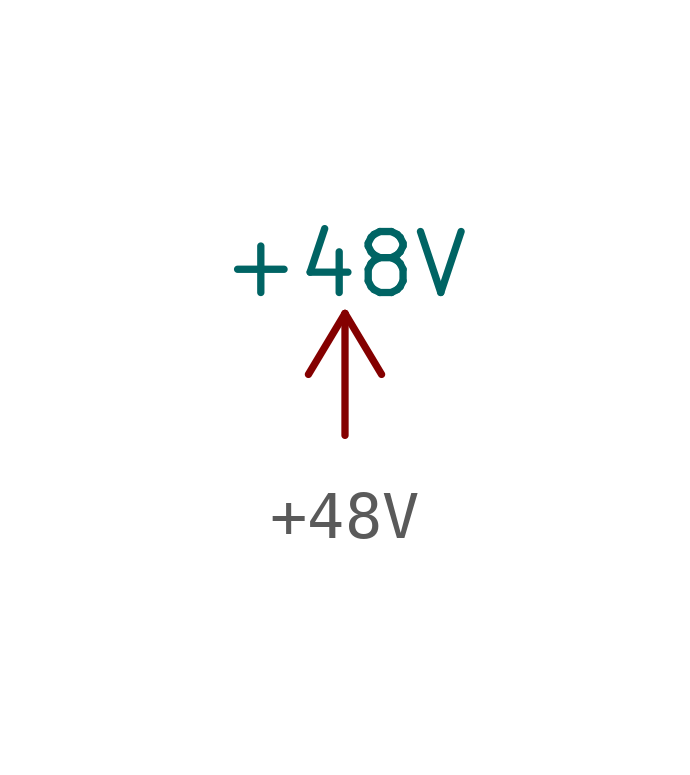
<source format=kicad_sym>
(kicad_symbol_lib
  (version 20220914)
  (generator kicad_symbol_editor)
  (symbol "+48V"
    (power)
    (pin_names
      (offset 0))
    (property "Reference" "#PWR"
      (at 0 -3.81 0)
      (effects (font (size 1.27 1.27)) hide))
    (property "Value" "+48V"
      (at 0 3.556 0)
      (effects (font (size 1.27 1.27))))
    (symbol "+48V_0_1"
      (polyline (pts (xy -0.762 1.27) (xy 0 2.54)) (stroke (width 0) (type solid)) (fill (type none)))
      (polyline (pts (xy 0 0) (xy 0 2.54)) (stroke (width 0) (type solid)) (fill (type none)))
      (polyline (pts (xy 0 2.54) (xy 0.762 1.27)) (stroke (width 0) (type solid)) (fill (type none))))
    (symbol "+48V_1_1"
      (pin power_in line (at 0 0 90) (length 0) hide (name "+48V" (effects (font (size 1.27 1.27)))) (number "1" (effects (font (size 1.27 1.27))))))))
</source>
